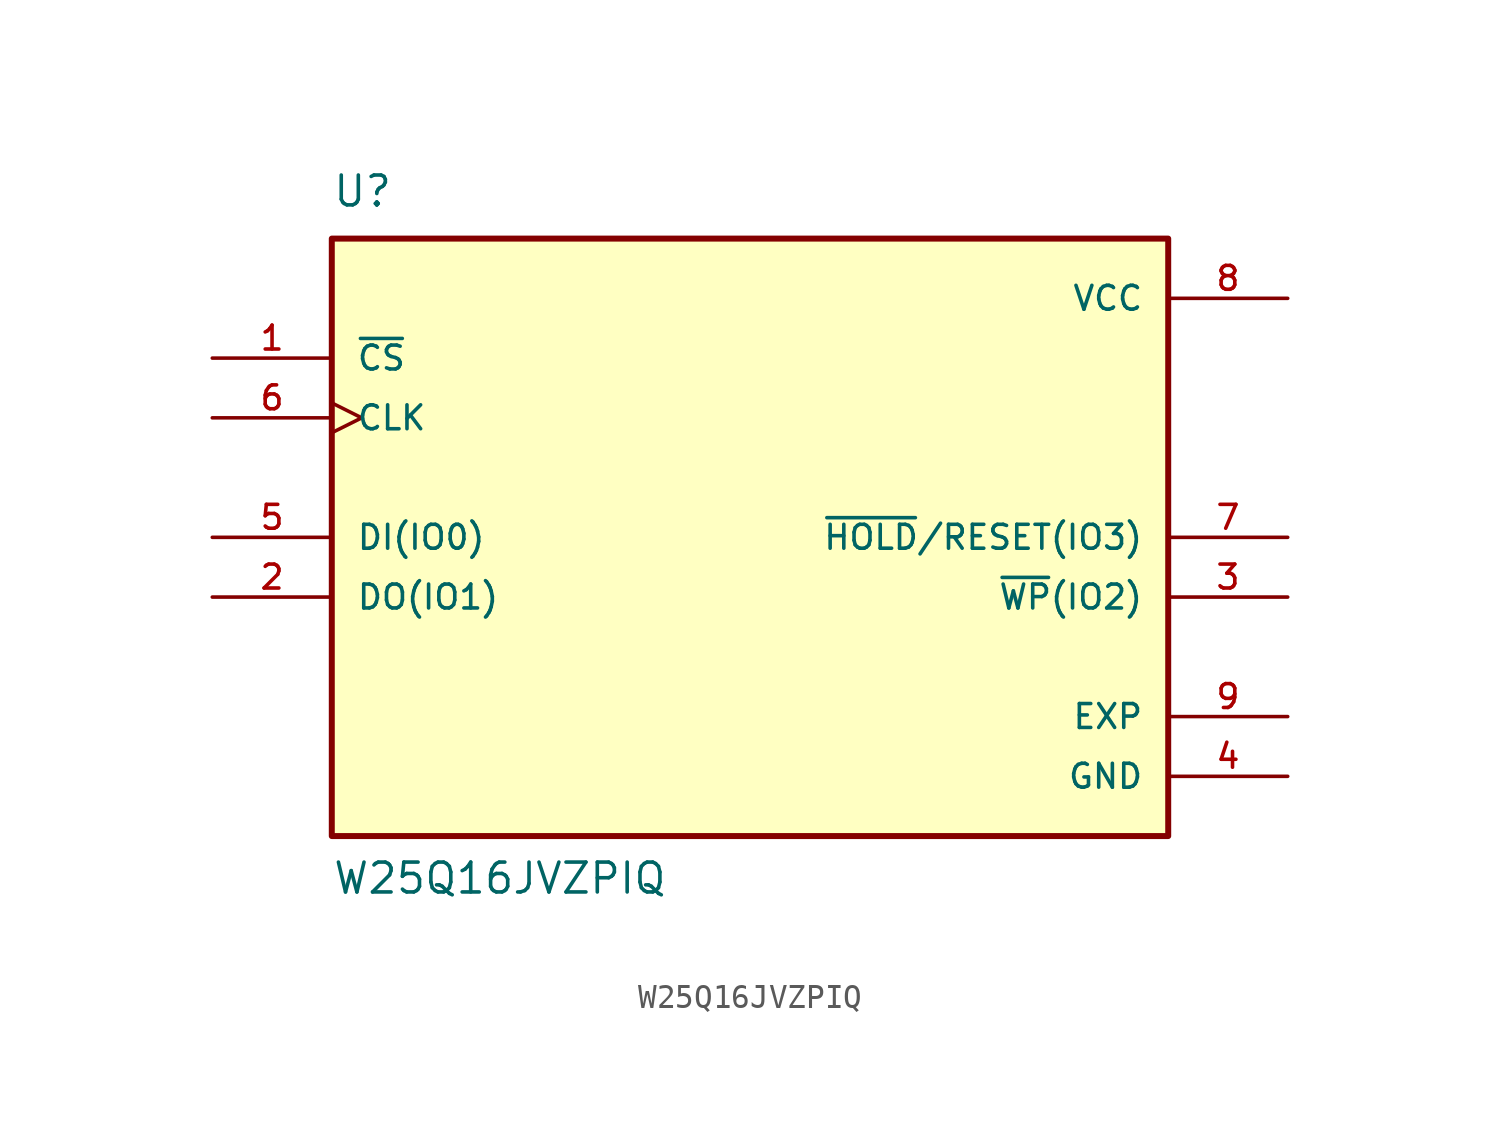
<source format=kicad_sym>
(kicad_symbol_lib
  (version 20211014)
  (generator kicad_symbol_editor)
  (symbol "W25Q16JVZPIQ"
    (pin_names
      (offset 1.016))
    (property "Reference" "U"
      (at -17.78 13.97 0.0)
      (effects (font (size 1.27 1.27)) (justify bottom left)))
    (property "Value" "W25Q16JVZPIQ"
      (at -17.78 -15.24 0.0)
      (effects (font (size 1.27 1.27)) (justify bottom left)))
    (symbol "W25Q16JVZPIQ_0_0"
      (rectangle (start -17.78 -12.7) (end 17.78 12.7) (stroke (width 0.254)) (fill (type background)))
      (pin input line (at -22.86 7.62 0) (length 5.08) (name "~{CS}" (effects (font (size 1.016 1.016)))) (number "1" (effects (font (size 1.016 1.016)))))
      (pin input clock (at -22.86 5.08 0) (length 5.08) (name "CLK" (effects (font (size 1.016 1.016)))) (number "6" (effects (font (size 1.016 1.016)))))
      (pin bidirectional line (at 22.86 0.0 180.0) (length 5.08) (name "~{HOLD}/RESET(IO3)" (effects (font (size 1.016 1.016)))) (number "7" (effects (font (size 1.016 1.016)))))
      (pin bidirectional line (at 22.86 -2.54 180.0) (length 5.08) (name "~{WP}(IO2)" (effects (font (size 1.016 1.016)))) (number "3" (effects (font (size 1.016 1.016)))))
      (pin bidirectional line (at -22.86 0.0 0) (length 5.08) (name "DI(IO0)" (effects (font (size 1.016 1.016)))) (number "5" (effects (font (size 1.016 1.016)))))
      (pin bidirectional line (at -22.86 -2.54 0) (length 5.08) (name "DO(IO1)" (effects (font (size 1.016 1.016)))) (number "2" (effects (font (size 1.016 1.016)))))
      (pin power_in line (at 22.86 10.16 180.0) (length 5.08) (name "VCC" (effects (font (size 1.016 1.016)))) (number "8" (effects (font (size 1.016 1.016)))))
      (pin power_in line (at 22.86 -10.16 180.0) (length 5.08) (name "GND" (effects (font (size 1.016 1.016)))) (number "4" (effects (font (size 1.016 1.016)))))
      (pin passive line (at 22.86 -7.62 180.0) (length 5.08) (name "EXP" (effects (font (size 1.016 1.016)))) (number "9" (effects (font (size 1.016 1.016))))))))
</source>
